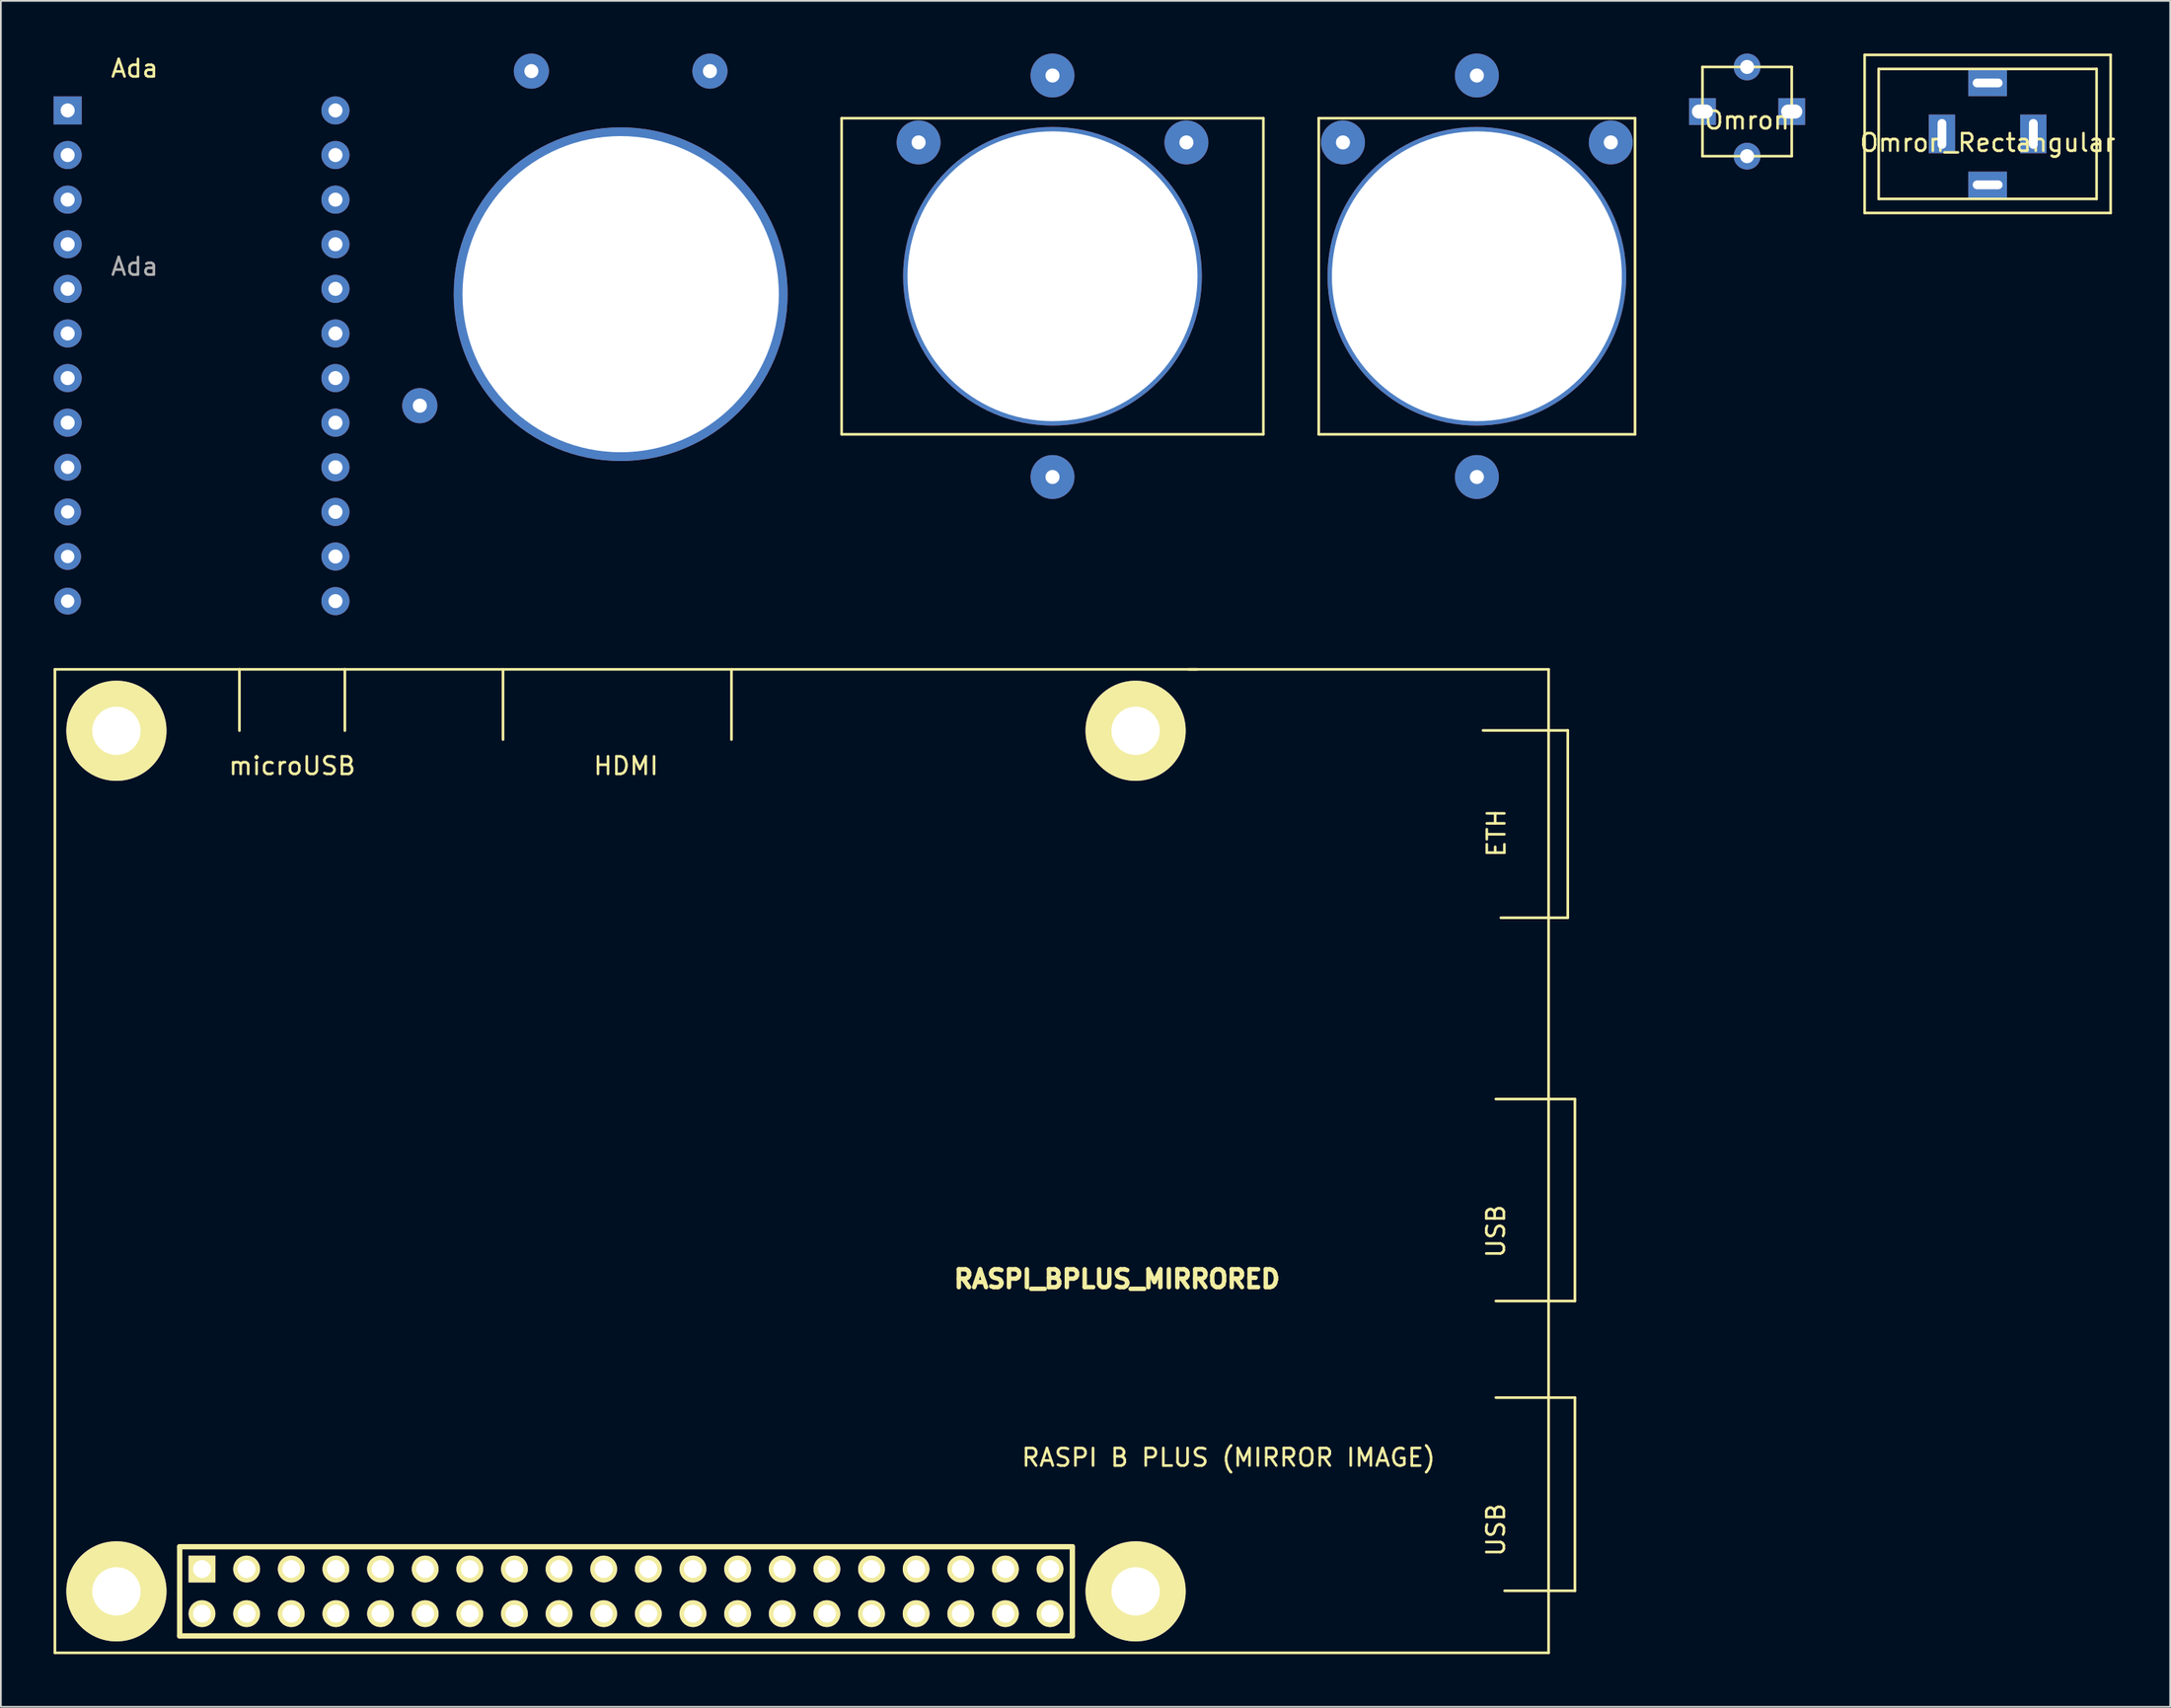
<source format=kicad_pcb>
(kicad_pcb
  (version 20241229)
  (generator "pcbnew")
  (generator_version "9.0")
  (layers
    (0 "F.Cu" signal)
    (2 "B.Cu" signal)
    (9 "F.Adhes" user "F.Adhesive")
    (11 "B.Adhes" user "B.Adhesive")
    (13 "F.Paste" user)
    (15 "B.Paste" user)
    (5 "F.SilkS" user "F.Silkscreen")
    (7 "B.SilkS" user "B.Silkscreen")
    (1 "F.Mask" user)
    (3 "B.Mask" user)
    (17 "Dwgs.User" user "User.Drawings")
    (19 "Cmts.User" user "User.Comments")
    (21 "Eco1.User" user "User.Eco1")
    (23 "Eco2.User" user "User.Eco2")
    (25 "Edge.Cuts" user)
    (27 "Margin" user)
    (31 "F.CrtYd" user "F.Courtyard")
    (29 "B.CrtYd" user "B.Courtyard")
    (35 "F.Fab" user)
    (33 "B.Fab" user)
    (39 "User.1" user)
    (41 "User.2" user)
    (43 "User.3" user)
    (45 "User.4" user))
  (footprint "RASPI_BPLUS_MIRRORED"
    (layer "F.Cu")
    (at 32.575 87.561)
    (property "Reference" "RASPI_BPLUS_MIRRORED" (at 27.94 -17.78 0) (layer "F.SilkS") (effects (font (size 1.016 1.016) (thickness 0.274))))
    (attr through_hole)
    (fp_line (start -32.5 -52.5) (end -32.5 3.5) (stroke (width 0.15) (type solid)) (layer "F.SilkS"))
    (fp_line (start -32.5 -52.5) (end 32.5 -52.5) (stroke (width 0.15) (type solid)) (layer "F.SilkS"))
    (fp_line (start -32.5 3.5) (end 52.5 3.5) (stroke (width 0.15) (type solid)) (layer "F.SilkS"))
    (fp_line (start -25.4 -2.54) (end -25.4 2.54) (stroke (width 0.305) (type solid)) (layer "F.SilkS"))
    (fp_line (start -22 -49.008) (end -22 -52.508) (stroke (width 0.15) (type solid)) (layer "F.SilkS"))
    (fp_line (start -16 -49.008) (end -16 -52.508) (stroke (width 0.15) (type solid)) (layer "F.SilkS"))
    (fp_line (start -7 -48.5) (end -7 -52.5) (stroke (width 0.15) (type solid)) (layer "F.SilkS"))
    (fp_line (start 6 -48.5) (end 6 -52.5) (stroke (width 0.15) (type solid)) (layer "F.SilkS"))
    (fp_line (start 25.4 -2.54) (end -25.4 -2.54) (stroke (width 0.305) (type solid)) (layer "F.SilkS"))
    (fp_line (start 25.4 -2.54) (end 25.4 2.54) (stroke (width 0.305) (type solid)) (layer "F.SilkS"))
    (fp_line (start 25.4 2.54) (end -25.4 2.54) (stroke (width 0.305) (type solid)) (layer "F.SilkS"))
    (fp_line (start 48.768 -49.022) (end 53.594 -49.022) (stroke (width 0.15) (type solid)) (layer "F.SilkS"))
    (fp_line (start 49.5 -28.032) (end 54 -28.032) (stroke (width 0.15) (type solid)) (layer "F.SilkS"))
    (fp_line (start 49.5 -11.032) (end 54 -11.032) (stroke (width 0.15) (type solid)) (layer "F.SilkS"))
    (fp_line (start 52.5 -52.5) (end 32 -52.5) (stroke (width 0.15) (type solid)) (layer "F.SilkS"))
    (fp_line (start 52.5 -52.5) (end 52.5 3.5) (stroke (width 0.15) (type solid)) (layer "F.SilkS"))
    (fp_line (start 53.594 -49.022) (end 53.594 -38.354) (stroke (width 0.15) (type solid)) (layer "F.SilkS"))
    (fp_line (start 53.594 -38.354) (end 49.784 -38.354) (stroke (width 0.15) (type solid)) (layer "F.SilkS"))
    (fp_line (start 54 -28.032) (end 54 -16.532) (stroke (width 0.15) (type solid)) (layer "F.SilkS"))
    (fp_line (start 54 -16.532) (end 49.5 -16.532) (stroke (width 0.15) (type solid)) (layer "F.SilkS"))
    (fp_line (start 54 -11.032) (end 54 -0.032) (stroke (width 0.15) (type solid)) (layer "F.SilkS"))
    (fp_line (start 54 -0.032) (end 50 -0.032) (stroke (width 0.15) (type solid)) (layer "F.SilkS"))
    (fp_text user "RASPI B PLUS (MIRROR IMAGE)" (at 34.29 -7.62 0) (layer "F.SilkS") (effects (font (size 1 1) (thickness 0.15))))
    (fp_text user "USB" (at 49.5 -20.5 90) (layer "F.SilkS") (effects (font (size 1 1) (thickness 0.15))))
    (fp_text user "ETH" (at 49.53 -43.18 90) (layer "F.SilkS") (effects (font (size 1 1) (thickness 0.15))))
    (fp_text user "USB" (at 49.5 -3.5 90) (layer "F.SilkS") (effects (font (size 1 1) (thickness 0.15))))
    (fp_text user "microUSB" (at -19 -47 0) (layer "F.SilkS") (effects (font (size 1 1) (thickness 0.15))))
    (fp_text user "HDMI" (at 0 -47 0) (layer "F.SilkS") (effects (font (size 1 1) (thickness 0.15))))
    (pad "1" thru_hole rect (at -24.13 -1.27) (size 1.524 1.524) (drill 1.016) (layers "*.Cu" "*.Mask" "F.SilkS"))
    (pad "2" thru_hole circle (at -24.13 1.27) (size 1.524 1.524) (drill 1.016) (layers "*.Cu" "*.Mask" "F.SilkS"))
    (pad "3" thru_hole circle (at -21.59 -1.27) (size 1.524 1.524) (drill 1.016) (layers "*.Cu" "*.Mask" "F.SilkS"))
    (pad "4" thru_hole circle (at -21.59 1.27) (size 1.524 1.524) (drill 1.016) (layers "*.Cu" "*.Mask" "F.SilkS"))
    (pad "5" thru_hole circle (at -19.05 -1.27) (size 1.524 1.524) (drill 1.016) (layers "*.Cu" "*.Mask" "F.SilkS"))
    (pad "6" thru_hole circle (at -19.05 1.27) (size 1.524 1.524) (drill 1.016) (layers "*.Cu" "*.Mask" "F.SilkS"))
    (pad "7" thru_hole circle (at -16.51 -1.27) (size 1.524 1.524) (drill 1.016) (layers "*.Cu" "*.Mask" "F.SilkS"))
    (pad "8" thru_hole circle (at -16.51 1.27) (size 1.524 1.524) (drill 1.016) (layers "*.Cu" "*.Mask" "F.SilkS"))
    (pad "9" thru_hole circle (at -13.97 -1.27) (size 1.524 1.524) (drill 1.016) (layers "*.Cu" "*.Mask" "F.SilkS"))
    (pad "10" thru_hole circle (at -13.97 1.27) (size 1.524 1.524) (drill 1.016) (layers "*.Cu" "*.Mask" "F.SilkS"))
    (pad "11" thru_hole circle (at -11.43 -1.27) (size 1.524 1.524) (drill 1.016) (layers "*.Cu" "*.Mask" "F.SilkS"))
    (pad "12" thru_hole circle (at -11.43 1.27) (size 1.524 1.524) (drill 1.016) (layers "*.Cu" "*.Mask" "F.SilkS"))
    (pad "13" thru_hole circle (at -8.89 -1.27) (size 1.524 1.524) (drill 1.016) (layers "*.Cu" "*.Mask" "F.SilkS"))
    (pad "14" thru_hole circle (at -8.89 1.27) (size 1.524 1.524) (drill 1.016) (layers "*.Cu" "*.Mask" "F.SilkS"))
    (pad "15" thru_hole circle (at -6.35 -1.27) (size 1.524 1.524) (drill 1.016) (layers "*.Cu" "*.Mask" "F.SilkS"))
    (pad "16" thru_hole circle (at -6.35 1.27) (size 1.524 1.524) (drill 1.016) (layers "*.Cu" "*.Mask" "F.SilkS"))
    (pad "17" thru_hole circle (at -3.81 -1.27) (size 1.524 1.524) (drill 1.016) (layers "*.Cu" "*.Mask" "F.SilkS"))
    (pad "18" thru_hole circle (at -3.81 1.27) (size 1.524 1.524) (drill 1.016) (layers "*.Cu" "*.Mask" "F.SilkS"))
    (pad "19" thru_hole circle (at -1.27 -1.27) (size 1.524 1.524) (drill 1.016) (layers "*.Cu" "*.Mask" "F.SilkS"))
    (pad "20" thru_hole circle (at -1.27 1.27) (size 1.524 1.524) (drill 1.016) (layers "*.Cu" "*.Mask" "F.SilkS"))
    (pad "21" thru_hole circle (at 1.27 -1.27) (size 1.524 1.524) (drill 1.016) (layers "*.Cu" "*.Mask" "F.SilkS"))
    (pad "22" thru_hole circle (at 1.27 1.27) (size 1.524 1.524) (drill 1.016) (layers "*.Cu" "*.Mask" "F.SilkS"))
    (pad "23" thru_hole circle (at 3.81 -1.27) (size 1.524 1.524) (drill 1.016) (layers "*.Cu" "*.Mask" "F.SilkS"))
    (pad "24" thru_hole circle (at 3.81 1.27) (size 1.524 1.524) (drill 1.016) (layers "*.Cu" "*.Mask" "F.SilkS"))
    (pad "25" thru_hole circle (at 6.35 -1.27) (size 1.524 1.524) (drill 1.016) (layers "*.Cu" "*.Mask" "F.SilkS"))
    (pad "26" thru_hole circle (at 6.35 1.27) (size 1.524 1.524) (drill 1.016) (layers "*.Cu" "*.Mask" "F.SilkS"))
    (pad "27" thru_hole circle (at 8.89 -1.27) (size 1.524 1.524) (drill 1.016) (layers "*.Cu" "*.Mask" "F.SilkS"))
    (pad "28" thru_hole circle (at 8.89 1.27) (size 1.524 1.524) (drill 1.016) (layers "*.Cu" "*.Mask" "F.SilkS"))
    (pad "29" thru_hole circle (at 11.43 -1.27) (size 1.524 1.524) (drill 1.016) (layers "*.Cu" "*.Mask" "F.SilkS"))
    (pad "30" thru_hole circle (at 11.43 1.27) (size 1.524 1.524) (drill 1.016) (layers "*.Cu" "*.Mask" "F.SilkS"))
    (pad "31" thru_hole circle (at 13.97 -1.27) (size 1.524 1.524) (drill 1.016) (layers "*.Cu" "*.Mask" "F.SilkS"))
    (pad "32" thru_hole circle (at 13.97 1.27) (size 1.524 1.524) (drill 1.016) (layers "*.Cu" "*.Mask" "F.SilkS"))
    (pad "33" thru_hole circle (at 16.51 -1.27) (size 1.524 1.524) (drill 1.016) (layers "*.Cu" "*.Mask" "F.SilkS"))
    (pad "34" thru_hole circle (at 16.51 1.27) (size 1.524 1.524) (drill 1.016) (layers "*.Cu" "*.Mask" "F.SilkS"))
    (pad "35" thru_hole circle (at 19.05 -1.27) (size 1.524 1.524) (drill 1.016) (layers "*.Cu" "*.Mask" "F.SilkS"))
    (pad "36" thru_hole circle (at 19.05 1.27) (size 1.524 1.524) (drill 1.016) (layers "*.Cu" "*.Mask" "F.SilkS"))
    (pad "37" thru_hole circle (at 21.59 -1.27) (size 1.524 1.524) (drill 1.016) (layers "*.Cu" "*.Mask" "F.SilkS"))
    (pad "38" thru_hole circle (at 21.59 1.27) (size 1.524 1.524) (drill 1.016) (layers "*.Cu" "*.Mask" "F.SilkS"))
    (pad "39" thru_hole circle (at 24.13 -1.27) (size 1.524 1.524) (drill 1.016) (layers "*.Cu" "*.Mask" "F.SilkS"))
    (pad "40" thru_hole circle (at 24.13 1.27) (size 1.524 1.524) (drill 1.016) (layers "*.Cu" "*.Mask" "F.SilkS"))
    (pad "H1" thru_hole circle (at -29 -49) (size 5.7 5.7) (drill 2.75) (layers "*.Cu" "*.Mask" "F.SilkS"))
    (pad "H2" thru_hole circle (at -29 0) (size 5.7 5.7) (drill 2.75) (layers "*.Cu" "*.Mask" "F.SilkS"))
    (pad "H3" thru_hole circle (at 29 0) (size 5.7 5.7) (drill 2.75) (layers "*.Cu" "*.Mask" "F.SilkS"))
    (pad "H4" thru_hole circle (at 29 -49) (size 5.7 5.7) (drill 2.75) (layers "*.Cu" "*.Mask" "F.SilkS")))
  (footprint "Ada"
    (layer "F.Cu")
    (at 0.8 3.238)
    (property "Reference" "Ada" (at 3.81 -2.39 0) (layer "F.SilkS") (effects (font (size 1 1) (thickness 0.15))))
    (attr through_hole)
    (fp_text user "${REFERENCE}" (at 3.81 8.89 0) (layer "F.Fab") (effects (font (size 1 1) (thickness 0.15))))
    (pad "1" thru_hole rect (at 0 0) (size 1.6 1.6) (drill 0.8) (layers "*.Cu" "*.Mask"))
    (pad "2" thru_hole oval (at 0 2.54) (size 1.6 1.6) (drill 0.8) (layers "*.Cu" "*.Mask"))
    (pad "3" thru_hole oval (at 0 5.08) (size 1.6 1.6) (drill 0.8) (layers "*.Cu" "*.Mask"))
    (pad "4" thru_hole oval (at 0 7.62) (size 1.6 1.6) (drill 0.8) (layers "*.Cu" "*.Mask"))
    (pad "5" thru_hole oval (at 0 10.16) (size 1.6 1.6) (drill 0.8) (layers "*.Cu" "*.Mask"))
    (pad "6" thru_hole oval (at 0 12.7) (size 1.6 1.6) (drill 0.8) (layers "*.Cu" "*.Mask"))
    (pad "7" thru_hole oval (at 0 15.24) (size 1.6 1.6) (drill 0.8) (layers "*.Cu" "*.Mask"))
    (pad "8" thru_hole oval (at 0 17.78) (size 1.6 1.6) (drill 0.8) (layers "*.Cu" "*.Mask"))
    (pad "9" thru_hole circle (at 0 20.32) (size 1.524 1.524) (drill 0.762) (layers "*.Cu" "*.Mask"))
    (pad "10" thru_hole circle (at 0 22.86) (size 1.524 1.524) (drill 0.762) (layers "*.Cu" "*.Mask"))
    (pad "11" thru_hole circle (at 0 25.4) (size 1.524 1.524) (drill 0.762) (layers "*.Cu" "*.Mask"))
    (pad "12" thru_hole circle (at 0 27.94) (size 1.524 1.524) (drill 0.762) (layers "*.Cu" "*.Mask"))
    (pad "13" thru_hole oval (at 15.24 27.94) (size 1.6 1.6) (drill 0.8) (layers "*.Cu" "*.Mask"))
    (pad "14" thru_hole oval (at 15.24 25.4) (size 1.6 1.6) (drill 0.8) (layers "*.Cu" "*.Mask"))
    (pad "15" thru_hole oval (at 15.24 22.86) (size 1.6 1.6) (drill 0.8) (layers "*.Cu" "*.Mask"))
    (pad "16" thru_hole oval (at 15.24 20.32) (size 1.6 1.6) (drill 0.8) (layers "*.Cu" "*.Mask"))
    (pad "17" thru_hole oval (at 15.24 17.78) (size 1.6 1.6) (drill 0.8) (layers "*.Cu" "*.Mask"))
    (pad "18" thru_hole oval (at 15.24 15.24) (size 1.6 1.6) (drill 0.8) (layers "*.Cu" "*.Mask"))
    (pad "19" thru_hole oval (at 15.24 12.7) (size 1.6 1.6) (drill 0.8) (layers "*.Cu" "*.Mask"))
    (pad "20" thru_hole oval (at 15.24 10.16) (size 1.6 1.6) (drill 0.8) (layers "*.Cu" "*.Mask"))
    (pad "21" thru_hole oval (at 15.24 7.62) (size 1.6 1.6) (drill 0.8) (layers "*.Cu" "*.Mask"))
    (pad "22" thru_hole oval (at 15.24 5.08) (size 1.6 1.6) (drill 0.8) (layers "*.Cu" "*.Mask"))
    (pad "23" thru_hole oval (at 15.24 2.54) (size 1.6 1.6) (drill 0.8) (layers "*.Cu" "*.Mask"))
    (pad "24" thru_hole oval (at 15.24 0) (size 1.6 1.6) (drill 0.8) (layers "*.Cu" "*.Mask")))
  (footprint "Omron_Rectangular"
    (layer "F.Cu")
    (at 110.061 4.575)
    (property "Reference" "Omron_Rectangular" (at 0 0.5 0) (layer "F.SilkS") (effects (font (size 1 1) (thickness 0.15))))
    (attr through_hole)
    (fp_line (start -7 -4.5) (end 7 -4.5) (stroke (width 0.15) (type solid)) (layer "F.SilkS"))
    (fp_line (start -7 4.5) (end -7 -4.5) (stroke (width 0.15) (type solid)) (layer "F.SilkS"))
    (fp_line (start -6.2 -3.7) (end -6.2 3.7) (stroke (width 0.15) (type solid)) (layer "F.SilkS"))
    (fp_line (start -6.2 -3.7) (end 6.2 -3.7) (stroke (width 0.15) (type solid)) (layer "F.SilkS"))
    (fp_line (start -6.2 3.7) (end 6.2 3.7) (stroke (width 0.15) (type solid)) (layer "F.SilkS"))
    (fp_line (start 6.2 -3.7) (end 6.2 3.7) (stroke (width 0.15) (type solid)) (layer "F.SilkS"))
    (fp_line (start 7 -4.5) (end 7 4.5) (stroke (width 0.15) (type solid)) (layer "F.SilkS"))
    (fp_line (start 7 4.5) (end -7 4.5) (stroke (width 0.15) (type solid)) (layer "F.SilkS"))
    (pad "1" thru_hole rect (at -2.6 0) (size 1.5 2.2) (drill oval 0.5 1.7) (layers "*.Cu" "*.Mask"))
    (pad "2" thru_hole rect (at 2.6 0) (size 1.5 2.2) (drill oval 0.5 1.7) (layers "*.Cu" "*.Mask"))
    (pad "3" thru_hole rect (at 0 2.9) (size 2.2 1.5) (drill oval 1.7 0.5) (layers "*.Cu" "*.Mask"))
    (pad "4" thru_hole rect (at 0 -2.9) (size 2.2 1.5) (drill oval 1.7 0.5) (layers "*.Cu" "*.Mask")))
  (footprint "EAO31"
    (layer "F.Cu")
    (at 80.995 12.68)
    (property "Reference" "EAO31" (at 0 0.5 0) (layer "F.SilkS") (effects (font (size 1 1) (thickness 0.15))))
    (attr through_hole)
    (fp_line (start -9 -9) (end 9 -9) (stroke (width 0.15) (type solid)) (layer "F.SilkS"))
    (fp_line (start -9 9) (end -9 -9) (stroke (width 0.15) (type solid)) (layer "F.SilkS"))
    (fp_line (start 9 -9) (end 9 9) (stroke (width 0.15) (type solid)) (layer "F.SilkS"))
    (fp_line (start 9 9) (end -9 9) (stroke (width 0.15) (type solid)) (layer "F.SilkS"))
    (pad "" np_thru_hole circle (at 0 0) (size 17 17) (drill 16.5) (layers "*.Cu" "*.Mask"))
    (pad "1" thru_hole circle (at -7.62 -7.62) (size 2.5 2.5) (drill 0.8) (layers "*.Cu" "*.Mask"))
    (pad "2" thru_hole circle (at 7.62 -7.62) (size 2.5 2.5) (drill 0.8) (layers "*.Cu" "*.Mask"))
    (pad "3" thru_hole circle (at 0 -11.43) (size 2.5 2.5) (drill 0.8) (layers "*.Cu" "*.Mask"))
    (pad "4" thru_hole circle (at 0 11.43) (size 2.5 2.5) (drill 0.8) (layers "*.Cu" "*.Mask")))
  (footprint "Omron"
    (layer "F.Cu")
    (at 96.372 3.302)
    (property "Reference" "Omron" (at 0 0.5 0) (layer "F.SilkS") (effects (font (size 1 1) (thickness 0.15))))
    (attr through_hole)
    (fp_line (start -2.54 -2.54) (end 2.54 -2.54) (stroke (width 0.15) (type solid)) (layer "F.SilkS"))
    (fp_line (start -2.54 2.54) (end -2.54 -2.54) (stroke (width 0.15) (type solid)) (layer "F.SilkS"))
    (fp_line (start 2.54 -2.54) (end 2.54 2.54) (stroke (width 0.15) (type solid)) (layer "F.SilkS"))
    (fp_line (start 2.54 2.54) (end -2.54 2.54) (stroke (width 0.15) (type solid)) (layer "F.SilkS"))
    (pad "1" thru_hole rect (at -2.54 0) (size 1.524 1.524) (drill oval 1.2 0.8) (layers "*.Cu" "*.Mask"))
    (pad "2" thru_hole rect (at 2.54 0) (size 1.524 1.524) (drill oval 1.2 0.8) (layers "*.Cu" "*.Mask"))
    (pad "3" thru_hole circle (at 0 2.54) (size 1.524 1.524) (drill 0.8) (layers "*.Cu" "*.Mask"))
    (pad "4" thru_hole circle (at 0 -2.54) (size 1.524 1.524) (drill 0.8) (layers "*.Cu" "*.Mask")))
  (footprint "EAO31_Rect"
    (layer "F.Cu")
    (at 56.845 12.68)
    (property "Reference" "EAO31_Rect" (at 0 0.5 0) (layer "F.SilkS") (effects (font (size 1 1) (thickness 0.15))))
    (attr through_hole)
    (fp_line (start -12 -9) (end 12 -9) (stroke (width 0.15) (type solid)) (layer "F.SilkS"))
    (fp_line (start -12 9) (end -12 -9) (stroke (width 0.15) (type solid)) (layer "F.SilkS"))
    (fp_line (start 12 -9) (end 12 9) (stroke (width 0.15) (type solid)) (layer "F.SilkS"))
    (fp_line (start 12 9) (end -12 9) (stroke (width 0.15) (type solid)) (layer "F.SilkS"))
    (pad "" np_thru_hole circle (at 0 0) (size 17 17) (drill 16.5) (layers "*.Cu" "*.Mask"))
    (pad "1" thru_hole circle (at -7.62 -7.62) (size 2.5 2.5) (drill 0.8) (layers "*.Cu" "*.Mask"))
    (pad "2" thru_hole circle (at 7.62 -7.62) (size 2.5 2.5) (drill 0.8) (layers "*.Cu" "*.Mask"))
    (pad "3" thru_hole circle (at 0 -11.43) (size 2.5 2.5) (drill 0.8) (layers "*.Cu" "*.Mask"))
    (pad "4" thru_hole circle (at 0 11.43) (size 2.5 2.5) (drill 0.8) (layers "*.Cu" "*.Mask")))
  (footprint "C&K_Keyswitch"
    (layer "F.Cu")
    (at 32.27 13.7)
    (property "Reference" "C&K_Keyswitch" (at 0 0.5 0) (layer "F.SilkS") (effects (font (size 1 1) (thickness 0.15))))
    (attr through_hole)
    (pad "" np_thru_hole circle (at 0 0) (size 19 19) (drill 18) (layers "*.Cu" "*.Mask"))
    (pad "1" thru_hole circle (at -11.43 6.35) (size 2 2) (drill 0.8) (layers "*.Cu" "*.Mask"))
    (pad "2" thru_hole circle (at -5.08 -12.7) (size 2 2) (drill 0.8) (layers "*.Cu" "*.Mask"))
    (pad "3" thru_hole circle (at 5.08 -12.7) (size 2 2) (drill 0.8) (layers "*.Cu" "*.Mask")))
  (gr_rect
    (start -3 -3)
    (end 120.448 94.136)
    (stroke (width 0.1) (type default))
    (fill no)
    (layer "Edge.Cuts")))
</source>
